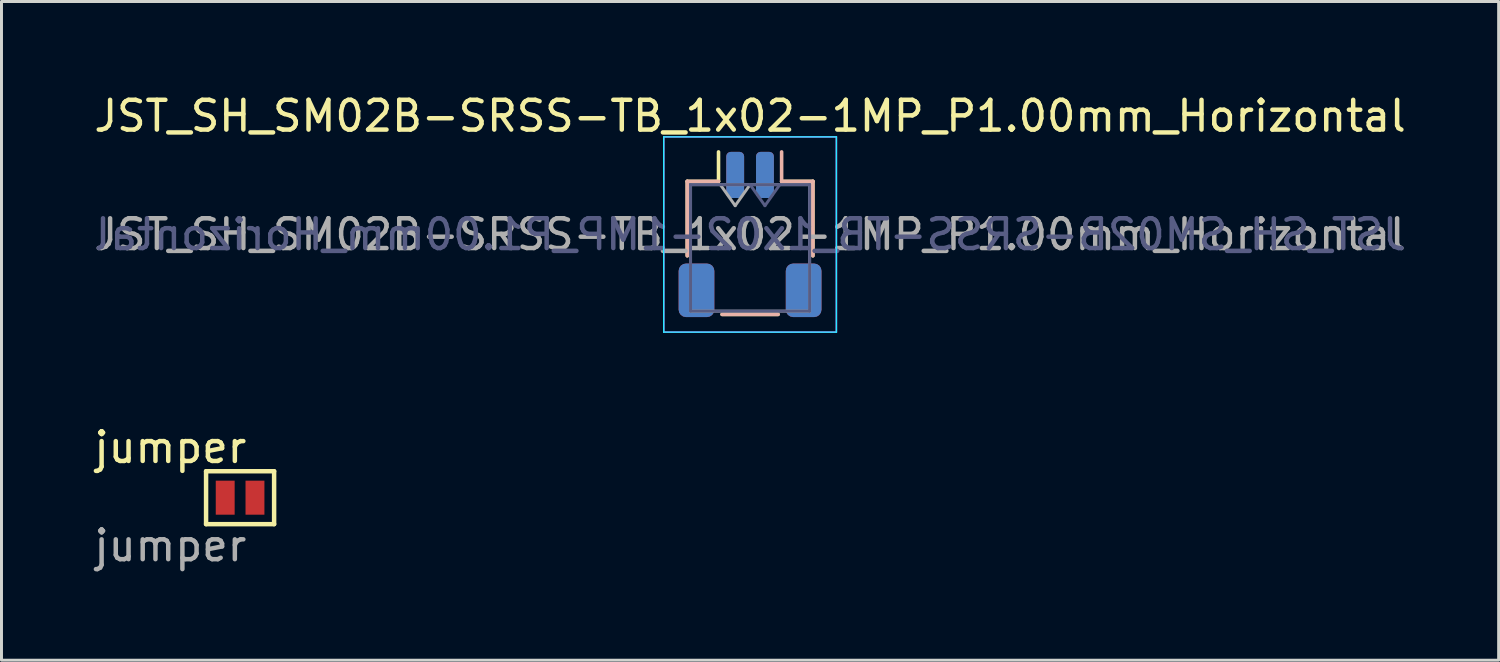
<source format=kicad_pcb>
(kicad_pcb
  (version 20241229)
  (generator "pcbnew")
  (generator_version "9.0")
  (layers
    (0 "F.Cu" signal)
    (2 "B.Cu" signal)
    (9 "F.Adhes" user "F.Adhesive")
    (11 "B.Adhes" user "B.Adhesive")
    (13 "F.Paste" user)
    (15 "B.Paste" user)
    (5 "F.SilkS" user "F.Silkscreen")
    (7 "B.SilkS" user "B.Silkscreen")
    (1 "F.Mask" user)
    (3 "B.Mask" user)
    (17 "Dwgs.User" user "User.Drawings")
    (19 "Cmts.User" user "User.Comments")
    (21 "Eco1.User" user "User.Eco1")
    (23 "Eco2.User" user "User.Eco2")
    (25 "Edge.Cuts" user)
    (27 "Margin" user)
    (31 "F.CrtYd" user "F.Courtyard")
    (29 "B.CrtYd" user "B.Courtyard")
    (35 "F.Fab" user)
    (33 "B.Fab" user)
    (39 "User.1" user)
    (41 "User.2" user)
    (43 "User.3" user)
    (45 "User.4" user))
  (footprint "JST_SH_SM02B-SRSS-TB_1x02-1MP_P1.00mm_Horizontal"
    (layer "F.Cu")
    (at 22.149 4.828)
    (property "Reference" "JST_SH_SM02B-SRSS-TB_1x02-1MP_P1.00mm_Horizontal" (at 0 -3.98 0) (layer "F.SilkS") (effects (font (size 1 1) (thickness 0.15))))
    (attr smd)
    (fp_line (start -2.11 -1.785) (end -1.06 -1.785) (stroke (width 0.12) (type solid)) (layer "F.SilkS"))
    (fp_line (start -2.11 0.715) (end -2.11 -1.785) (stroke (width 0.12) (type solid)) (layer "F.SilkS"))
    (fp_line (start -1.06 -1.785) (end -1.06 -2.775) (stroke (width 0.12) (type solid)) (layer "F.SilkS"))
    (fp_line (start -0.94 2.685) (end 0.94 2.685) (stroke (width 0.12) (type solid)) (layer "F.SilkS"))
    (fp_line (start 2.11 -1.785) (end 1.06 -1.785) (stroke (width 0.12) (type solid)) (layer "F.SilkS"))
    (fp_line (start 2.11 0.715) (end 2.11 -1.785) (stroke (width 0.12) (type solid)) (layer "F.SilkS"))
    (fp_line (start -2.11 -1.785) (end -1.06 -1.785) (stroke (width 0.12) (type solid)) (layer "B.SilkS"))
    (fp_line (start -2.11 0.715) (end -2.11 -1.785) (stroke (width 0.12) (type solid)) (layer "B.SilkS"))
    (fp_line (start 0.94 2.685) (end -0.94 2.685) (stroke (width 0.12) (type solid)) (layer "B.SilkS"))
    (fp_line (start 1.06 -1.785) (end 1.06 -2.775) (stroke (width 0.12) (type solid)) (layer "B.SilkS"))
    (fp_line (start 2.11 -1.785) (end 1.06 -1.785) (stroke (width 0.12) (type solid)) (layer "B.SilkS"))
    (fp_line (start 2.11 0.715) (end 2.11 -1.785) (stroke (width 0.12) (type solid)) (layer "B.SilkS"))
    (fp_line (start -2.9 -3.28) (end 2.9 -3.28) (stroke (width 0.05) (type solid)) (layer "B.CrtYd"))
    (fp_line (start -2.9 3.28) (end -2.9 -3.28) (stroke (width 0.05) (type solid)) (layer "B.CrtYd"))
    (fp_line (start 2.9 -3.28) (end 2.9 3.28) (stroke (width 0.05) (type solid)) (layer "B.CrtYd"))
    (fp_line (start 2.9 3.28) (end -2.9 3.28) (stroke (width 0.05) (type solid)) (layer "B.CrtYd"))
    (fp_line (start -2.9 -3.28) (end -2.9 3.28) (stroke (width 0.05) (type solid)) (layer "F.CrtYd"))
    (fp_line (start -2.9 3.28) (end 2.9 3.28) (stroke (width 0.05) (type solid)) (layer "F.CrtYd"))
    (fp_line (start 2.9 -3.28) (end -2.9 -3.28) (stroke (width 0.05) (type solid)) (layer "F.CrtYd"))
    (fp_line (start 2.9 3.28) (end 2.9 -3.28) (stroke (width 0.05) (type solid)) (layer "F.CrtYd"))
    (fp_line (start -2 -1.675) (end -2 2.575) (stroke (width 0.1) (type solid)) (layer "B.Fab"))
    (fp_line (start 0.5 -0.968) (end 0 -1.675) (stroke (width 0.1) (type solid)) (layer "B.Fab"))
    (fp_line (start 1 -1.675) (end 0.5 -0.968) (stroke (width 0.1) (type solid)) (layer "B.Fab"))
    (fp_line (start 2 -1.675) (end -2 -1.675) (stroke (width 0.1) (type solid)) (layer "B.Fab"))
    (fp_line (start 2 -1.675) (end 2 2.575) (stroke (width 0.1) (type solid)) (layer "B.Fab"))
    (fp_line (start 2 2.575) (end -2 2.575) (stroke (width 0.1) (type solid)) (layer "B.Fab"))
    (fp_line (start -2 -1.675) (end -2 2.575) (stroke (width 0.1) (type solid)) (layer "F.Fab"))
    (fp_line (start -2 -1.675) (end 2 -1.675) (stroke (width 0.1) (type solid)) (layer "F.Fab"))
    (fp_line (start -2 2.575) (end 2 2.575) (stroke (width 0.1) (type solid)) (layer "F.Fab"))
    (fp_line (start -1 -1.675) (end -0.5 -0.968) (stroke (width 0.1) (type solid)) (layer "F.Fab"))
    (fp_line (start -0.5 -0.968) (end 0 -1.675) (stroke (width 0.1) (type solid)) (layer "F.Fab"))
    (fp_line (start 2 -1.675) (end 2 2.575) (stroke (width 0.1) (type solid)) (layer "F.Fab"))
    (fp_text user "${REFERENCE}" (at 0 0 0) (layer "B.Fab") (effects (font (size 1 1) (thickness 0.15)) (justify mirror)))
    (fp_text user "${REFERENCE}" (at 0 0 0) (layer "F.Fab") (effects (font (size 1 1) (thickness 0.15))))
    (pad "1" smd roundrect (at -0.5 -2) (size 0.6 1.55) (layers "F.Cu" "F.Mask" "F.Paste") (roundrect_rratio 0.25))
    (pad "1" smd roundrect (at 0.5 -2) (size 0.6 1.55) (layers "B.Cu" "B.Mask" "B.Paste") (roundrect_rratio 0.25))
    (pad "2" smd roundrect (at -0.5 -2) (size 0.6 1.55) (layers "B.Cu" "B.Mask" "B.Paste") (roundrect_rratio 0.25))
    (pad "2" smd roundrect (at 0.5 -2) (size 0.6 1.55) (layers "F.Cu" "F.Mask" "F.Paste") (roundrect_rratio 0.25))
    (pad "MP" smd roundrect (at -1.8 1.875) (size 1.2 1.8) (layers "F.Cu" "F.Mask" "F.Paste") (roundrect_rratio 0.208))
    (pad "MP" smd roundrect (at -1.8 1.875) (size 1.2 1.8) (layers "B.Cu" "B.Mask" "B.Paste") (roundrect_rratio 0.208))
    (pad "MP" smd roundrect (at 1.8 1.875) (size 1.2 1.8) (layers "F.Cu" "F.Mask" "F.Paste") (roundrect_rratio 0.208))
    (pad "MP" smd roundrect (at 1.8 1.875) (size 1.2 1.8) (layers "B.Cu" "B.Mask" "B.Paste") (roundrect_rratio 0.208)))
  (footprint "jumper"
    (layer "F.Cu")
    (at 3.873 12.781)
    (property "Reference" "jumper" (at -1.2 -0.8 0) (unlocked yes) (layer "F.SilkS") (effects (font (size 1 1) (thickness 0.15))))
    (attr smd)
    (fp_line (start 0 0) (end 2.286 0) (stroke (width 0.15) (type solid)) (layer "F.SilkS"))
    (fp_line (start 0 1.778) (end 0 0) (stroke (width 0.15) (type solid)) (layer "F.SilkS"))
    (fp_line (start 2.286 0) (end 2.286 1.778) (stroke (width 0.15) (type solid)) (layer "F.SilkS"))
    (fp_line (start 2.286 1.778) (end 0 1.778) (stroke (width 0.15) (type solid)) (layer "F.SilkS"))
    (fp_text user "${REFERENCE}" (at -1.2 2.5 0) (unlocked yes) (layer "F.Fab") (effects (font (size 1 1) (thickness 0.15))))
    (pad "1" smd rect (at 0.643 0.889) (size 0.635 1.143) (layers "F.Cu" "F.Mask" "F.Paste"))
    (pad "2" smd rect (at 1.643 0.889) (size 0.635 1.143) (layers "F.Cu" "F.Mask" "F.Paste")))
  (gr_rect
    (start -3 -3)
    (end 47.298 19.13)
    (stroke (width 0.1) (type default))
    (fill no)
    (layer "Edge.Cuts")))
</source>
